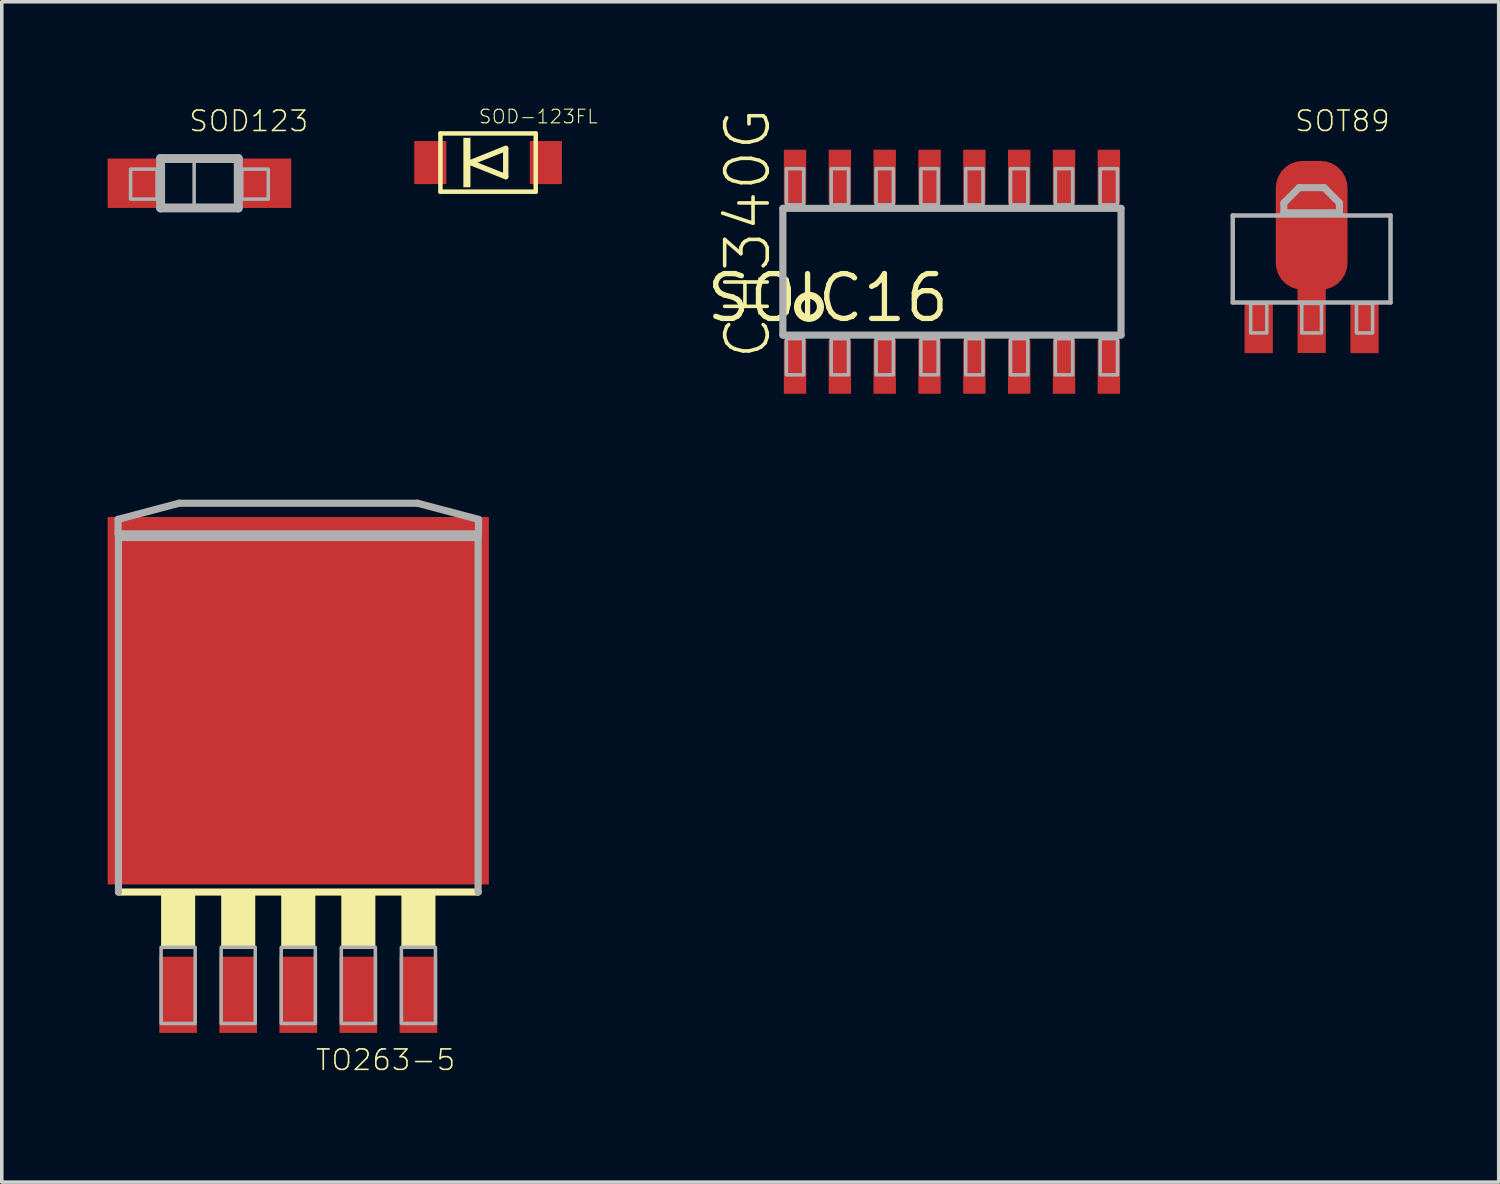
<source format=kicad_pcb>
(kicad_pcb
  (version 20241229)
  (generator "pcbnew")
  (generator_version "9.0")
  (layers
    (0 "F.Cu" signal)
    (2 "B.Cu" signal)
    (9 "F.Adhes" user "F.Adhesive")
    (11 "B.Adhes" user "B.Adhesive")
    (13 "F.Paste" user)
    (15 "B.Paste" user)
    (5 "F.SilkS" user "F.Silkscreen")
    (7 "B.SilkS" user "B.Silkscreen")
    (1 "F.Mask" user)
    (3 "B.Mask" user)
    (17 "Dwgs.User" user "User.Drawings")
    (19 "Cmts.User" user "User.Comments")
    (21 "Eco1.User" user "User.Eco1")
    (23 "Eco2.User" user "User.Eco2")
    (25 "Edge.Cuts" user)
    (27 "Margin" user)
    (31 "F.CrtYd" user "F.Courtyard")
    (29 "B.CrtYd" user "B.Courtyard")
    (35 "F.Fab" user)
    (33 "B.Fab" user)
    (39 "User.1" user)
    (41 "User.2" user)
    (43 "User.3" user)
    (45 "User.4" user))
  (footprint "TO263-5"
    (layer "F.Cu")
    (at 5.4 19.341)
    (property "Reference" "TO263-5" (at 0.457 7.976 180) (layer "F.SilkS") (effects (font (size 0.579 0.579) (thickness 0.046)) (justify left bottom)))
    (attr through_hole)
    (fp_line (start 5.094 2.88) (end -5.094 2.88) (stroke (width 0.203) (type solid)) (layer "F.SilkS"))
    (fp_poly (pts (xy -3.886 4.47) (xy -2.921 4.47) (xy -2.921 2.794) (xy -3.886 2.794)) (stroke (width 0) (type solid)) (fill yes) (layer "F.SilkS"))
    (fp_poly (pts (xy -2.184 4.47) (xy -1.219 4.47) (xy -1.219 2.794) (xy -2.184 2.794)) (stroke (width 0) (type solid)) (fill yes) (layer "F.SilkS"))
    (fp_poly (pts (xy -0.483 4.47) (xy 0.483 4.47) (xy 0.483 2.794) (xy -0.483 2.794)) (stroke (width 0) (type solid)) (fill yes) (layer "F.SilkS"))
    (fp_poly (pts (xy 1.219 4.47) (xy 2.184 4.47) (xy 2.184 2.794) (xy 1.219 2.794)) (stroke (width 0) (type solid)) (fill yes) (layer "F.SilkS"))
    (fp_poly (pts (xy 2.921 4.47) (xy 3.886 4.47) (xy 3.886 2.794) (xy 2.921 2.794)) (stroke (width 0) (type solid)) (fill yes) (layer "F.SilkS"))
    (fp_line (start -5.105 -7.678) (end -3.378 -8.135) (stroke (width 0.203) (type solid)) (layer "F.Fab"))
    (fp_line (start -5.105 -7.267) (end -5.105 -7.678) (stroke (width 0.203) (type solid)) (layer "F.Fab"))
    (fp_line (start -5.094 -7.165) (end 5.094 -7.165) (stroke (width 0.203) (type solid)) (layer "F.Fab"))
    (fp_line (start -5.094 2.88) (end -5.094 -7.165) (stroke (width 0.203) (type solid)) (layer "F.Fab"))
    (fp_line (start -3.378 -8.135) (end 3.378 -8.135) (stroke (width 0.203) (type solid)) (layer "F.Fab"))
    (fp_line (start 3.378 -8.135) (end 5.105 -7.678) (stroke (width 0.203) (type solid)) (layer "F.Fab"))
    (fp_line (start 5.094 -7.165) (end 5.094 2.88) (stroke (width 0.203) (type solid)) (layer "F.Fab"))
    (fp_line (start 5.105 -7.678) (end 5.105 -7.267) (stroke (width 0.203) (type solid)) (layer "F.Fab"))
    (fp_line (start 5.105 -7.267) (end -5.105 -7.267) (stroke (width 0.203) (type solid)) (layer "F.Fab"))
    (fp_poly (pts (xy -3.886 6.604) (xy -2.921 6.604) (xy -2.921 4.445) (xy -3.886 4.445)) (stroke (width 0.1) (type solid)) (fill no) (layer "F.Fab"))
    (fp_poly (pts (xy -2.184 6.604) (xy -1.219 6.604) (xy -1.219 4.445) (xy -2.184 4.445)) (stroke (width 0.1) (type solid)) (fill no) (layer "F.Fab"))
    (fp_poly (pts (xy -0.483 6.604) (xy 0.483 6.604) (xy 0.483 4.445) (xy -0.483 4.445)) (stroke (width 0.1) (type solid)) (fill no) (layer "F.Fab"))
    (fp_poly (pts (xy 1.219 6.604) (xy 2.184 6.604) (xy 2.184 4.445) (xy 1.219 4.445)) (stroke (width 0.1) (type solid)) (fill no) (layer "F.Fab"))
    (fp_poly (pts (xy 2.921 6.604) (xy 3.886 6.604) (xy 3.886 4.445) (xy 2.921 4.445)) (stroke (width 0.1) (type solid)) (fill no) (layer "F.Fab"))
    (fp_poly (pts (xy -5.105 -7.267) (xy -5.105 -7.678) (xy -3.378 -8.135) (xy 3.378 -8.135) (xy 5.105 -7.678) (xy 5.105 -7.267)) (stroke (width 0.1) (type solid)) (fill no) (layer "F.Fab"))
    (pad "1" smd rect (at -3.404 5.791) (size 1.067 2.159) (layers "F.Cu" "F.Mask" "F.Paste"))
    (pad "2" smd rect (at -1.702 5.791) (size 1.067 2.159) (layers "F.Cu" "F.Mask" "F.Paste"))
    (pad "3" smd rect (at 0 5.791) (size 1.067 2.159) (layers "F.Cu" "F.Mask" "F.Paste"))
    (pad "4" smd rect (at 1.702 5.791) (size 1.067 2.159) (layers "F.Cu" "F.Mask" "F.Paste"))
    (pad "5" smd rect (at 3.404 5.791) (size 1.067 2.159) (layers "F.Cu" "F.Mask" "F.Paste"))
    (pad "6" smd rect (at 0 -2.54) (size 10.8 10.41) (layers "F.Cu" "F.Mask" "F.Paste")))
  (footprint "SOD-123FL"
    (layer "F.Cu")
    (at 10.777 1.555)
    (property "Reference" "SOD-123FL" (at -0.287 -1.076 0) (layer "F.SilkS") (effects (font (size 0.386 0.386) (thickness 0.031)) (justify left bottom)))
    (attr through_hole)
    (fp_line (start -1.35 -0.825) (end 1.35 -0.825) (stroke (width 0.127) (type solid)) (layer "F.SilkS"))
    (fp_line (start -1.35 0.825) (end -1.35 -0.825) (stroke (width 0.127) (type solid)) (layer "F.SilkS"))
    (fp_line (start -0.5 0) (end 0.5 -0.4) (stroke (width 0.152) (type solid)) (layer "F.SilkS"))
    (fp_line (start 0.5 -0.4) (end 0.5 0.4) (stroke (width 0.152) (type solid)) (layer "F.SilkS"))
    (fp_line (start 0.5 0.4) (end -0.5 0) (stroke (width 0.152) (type solid)) (layer "F.SilkS"))
    (fp_line (start 1.35 -0.825) (end 1.35 0.825) (stroke (width 0.127) (type solid)) (layer "F.SilkS"))
    (fp_line (start 1.35 0.825) (end -1.35 0.825) (stroke (width 0.127) (type solid)) (layer "F.SilkS"))
    (fp_poly (pts (xy -0.7 0.7) (xy -0.5 0.7) (xy -0.5 -0.7) (xy -0.7 -0.7)) (stroke (width 0) (type solid)) (fill yes) (layer "F.SilkS"))
    (pad "A" smd rect (at 1.637 0) (size 0.91 1.22) (layers "F.Cu" "F.Mask" "F.Paste"))
    (pad "C" smd rect (at -1.637 0) (size 0.91 1.22) (layers "F.Cu" "F.Mask" "F.Paste")))
  (footprint "SOD123"
    (layer "F.Cu")
    (at 2.6 2.141)
    (property "Reference" "SOD123" (at -0.33 -1.422 0) (layer "F.SilkS") (effects (font (size 0.579 0.579) (thickness 0.046)) (justify left bottom)))
    (attr through_hole)
    (fp_line (start -1.1 -0.7) (end 1.1 -0.7) (stroke (width 0.254) (type solid)) (layer "F.Fab"))
    (fp_line (start -1.1 0.7) (end -1.1 -0.7) (stroke (width 0.254) (type solid)) (layer "F.Fab"))
    (fp_line (start 1.1 -0.7) (end 1.1 0.7) (stroke (width 0.254) (type solid)) (layer "F.Fab"))
    (fp_line (start 1.1 0.7) (end -1.1 0.7) (stroke (width 0.254) (type solid)) (layer "F.Fab"))
    (fp_poly (pts (xy -1.95 0.45) (xy -1.2 0.45) (xy -1.2 -0.4) (xy -1.95 -0.4)) (stroke (width 0.1) (type solid)) (fill no) (layer "F.Fab"))
    (fp_poly (pts (xy -1.05 0.65) (xy -0.15 0.65) (xy -0.15 -0.7) (xy -1.05 -0.7)) (stroke (width 0.1) (type solid)) (fill no) (layer "F.Fab"))
    (fp_poly (pts (xy 1.2 0.45) (xy 1.95 0.45) (xy 1.95 -0.4) (xy 1.2 -0.4)) (stroke (width 0.1) (type solid)) (fill no) (layer "F.Fab"))
    (pad "A" smd rect (at 1.9 0) (size 1.4 1.4) (layers "F.Cu" "F.Mask" "F.Paste"))
    (pad "C" smd rect (at -1.9 0) (size 1.4 1.4) (layers "F.Cu" "F.Mask" "F.Paste")))
  (footprint "SOIC16"
    (layer "F.Cu")
    (at 23.918 4.648)
    (property "Reference" "SOIC16" (at 0 0 0) (layer "F.SilkS") (effects (font (size 1.27 1.27) (thickness 0.15)) (justify right top)))
    (attr through_hole)
    (fp_circle (center -4.05 0.995) (end -3.724 0.995) (stroke (width 0.203) (type solid)) (fill no) (layer "F.SilkS"))
    (fp_line (start -4.79 -1.795) (end 4.79 -1.795) (stroke (width 0.203) (type solid)) (layer "F.Fab"))
    (fp_line (start -4.79 1.795) (end -4.79 -1.795) (stroke (width 0.203) (type solid)) (layer "F.Fab"))
    (fp_line (start 4.79 -1.795) (end 4.79 1.795) (stroke (width 0.203) (type solid)) (layer "F.Fab"))
    (fp_line (start 4.79 1.795) (end -4.79 1.795) (stroke (width 0.203) (type solid)) (layer "F.Fab"))
    (fp_poly (pts (xy -4.69 -1.895) (xy -4.2 -1.895) (xy -4.2 -2.921) (xy -4.69 -2.921)) (stroke (width 0.1) (type solid)) (fill no) (layer "F.Fab"))
    (fp_poly (pts (xy -4.69 2.921) (xy -4.2 2.921) (xy -4.2 1.895) (xy -4.69 1.895)) (stroke (width 0.1) (type solid)) (fill no) (layer "F.Fab"))
    (fp_poly (pts (xy -3.42 -1.895) (xy -2.93 -1.895) (xy -2.93 -2.921) (xy -3.42 -2.921)) (stroke (width 0.1) (type solid)) (fill no) (layer "F.Fab"))
    (fp_poly (pts (xy -3.42 2.921) (xy -2.93 2.921) (xy -2.93 1.895) (xy -3.42 1.895)) (stroke (width 0.1) (type solid)) (fill no) (layer "F.Fab"))
    (fp_poly (pts (xy -2.15 -1.895) (xy -1.66 -1.895) (xy -1.66 -2.921) (xy -2.15 -2.921)) (stroke (width 0.1) (type solid)) (fill no) (layer "F.Fab"))
    (fp_poly (pts (xy -2.15 2.921) (xy -1.66 2.921) (xy -1.66 1.895) (xy -2.15 1.895)) (stroke (width 0.1) (type solid)) (fill no) (layer "F.Fab"))
    (fp_poly (pts (xy -0.88 -1.895) (xy -0.39 -1.895) (xy -0.39 -2.921) (xy -0.88 -2.921)) (stroke (width 0.1) (type solid)) (fill no) (layer "F.Fab"))
    (fp_poly (pts (xy -0.88 2.921) (xy -0.39 2.921) (xy -0.39 1.895) (xy -0.88 1.895)) (stroke (width 0.1) (type solid)) (fill no) (layer "F.Fab"))
    (fp_poly (pts (xy 0.39 -1.895) (xy 0.88 -1.895) (xy 0.88 -2.921) (xy 0.39 -2.921)) (stroke (width 0.1) (type solid)) (fill no) (layer "F.Fab"))
    (fp_poly (pts (xy 0.39 2.921) (xy 0.88 2.921) (xy 0.88 1.895) (xy 0.39 1.895)) (stroke (width 0.1) (type solid)) (fill no) (layer "F.Fab"))
    (fp_poly (pts (xy 1.66 -1.895) (xy 2.15 -1.895) (xy 2.15 -2.921) (xy 1.66 -2.921)) (stroke (width 0.1) (type solid)) (fill no) (layer "F.Fab"))
    (fp_poly (pts (xy 1.66 2.921) (xy 2.15 2.921) (xy 2.15 1.895) (xy 1.66 1.895)) (stroke (width 0.1) (type solid)) (fill no) (layer "F.Fab"))
    (fp_poly (pts (xy 2.93 -1.895) (xy 3.42 -1.895) (xy 3.42 -2.921) (xy 2.93 -2.921)) (stroke (width 0.1) (type solid)) (fill no) (layer "F.Fab"))
    (fp_poly (pts (xy 2.93 2.921) (xy 3.42 2.921) (xy 3.42 1.895) (xy 2.93 1.895)) (stroke (width 0.1) (type solid)) (fill no) (layer "F.Fab"))
    (fp_poly (pts (xy 4.2 -1.895) (xy 4.69 -1.895) (xy 4.69 -2.921) (xy 4.2 -2.921)) (stroke (width 0.1) (type solid)) (fill no) (layer "F.Fab"))
    (fp_poly (pts (xy 4.2 2.921) (xy 4.69 2.921) (xy 4.69 1.895) (xy 4.2 1.895)) (stroke (width 0.1) (type solid)) (fill no) (layer "F.Fab"))
    (fp_text user "CH340G" (at -5.08 2.54 90) (layer "F.SilkS") (effects (font (size 1.206 1.206) (thickness 0.102)) (justify left bottom)))
    (pad "1" smd rect (at -4.445 2.695) (size 0.635 1.524) (layers "F.Cu" "F.Mask" "F.Paste"))
    (pad "2" smd rect (at -3.175 2.695) (size 0.635 1.524) (layers "F.Cu" "F.Mask" "F.Paste"))
    (pad "3" smd rect (at -1.905 2.695) (size 0.635 1.524) (layers "F.Cu" "F.Mask" "F.Paste"))
    (pad "4" smd rect (at -0.635 2.695) (size 0.635 1.524) (layers "F.Cu" "F.Mask" "F.Paste"))
    (pad "5" smd rect (at 0.635 2.695) (size 0.635 1.524) (layers "F.Cu" "F.Mask" "F.Paste"))
    (pad "6" smd rect (at 1.905 2.695) (size 0.635 1.524) (layers "F.Cu" "F.Mask" "F.Paste"))
    (pad "7" smd rect (at 3.175 2.695) (size 0.635 1.524) (layers "F.Cu" "F.Mask" "F.Paste"))
    (pad "8" smd rect (at 4.445 2.695) (size 0.635 1.524) (layers "F.Cu" "F.Mask" "F.Paste"))
    (pad "9" smd rect (at 4.445 -2.695) (size 0.635 1.524) (layers "F.Cu" "F.Mask" "F.Paste"))
    (pad "10" smd rect (at 3.175 -2.695) (size 0.635 1.524) (layers "F.Cu" "F.Mask" "F.Paste"))
    (pad "11" smd rect (at 1.905 -2.695) (size 0.635 1.524) (layers "F.Cu" "F.Mask" "F.Paste"))
    (pad "12" smd rect (at 0.635 -2.695) (size 0.635 1.524) (layers "F.Cu" "F.Mask" "F.Paste"))
    (pad "13" smd rect (at -0.635 -2.695) (size 0.635 1.524) (layers "F.Cu" "F.Mask" "F.Paste"))
    (pad "14" smd rect (at -1.905 -2.695) (size 0.635 1.524) (layers "F.Cu" "F.Mask" "F.Paste"))
    (pad "15" smd rect (at -3.175 -2.695) (size 0.635 1.524) (layers "F.Cu" "F.Mask" "F.Paste"))
    (pad "16" smd rect (at -4.445 -2.695) (size 0.635 1.524) (layers "F.Cu" "F.Mask" "F.Paste")))
  (footprint "SOT89"
    (layer "F.Cu")
    (at 34.108 4.274)
    (property "Reference" "SOT89" (at -0.508 -3.556 180) (layer "F.SilkS") (effects (font (size 0.579 0.579) (thickness 0.046)) (justify left bottom)))
    (attr through_hole)
    (fp_line (start -2.235 -1.219) (end 2.235 -1.219) (stroke (width 0.127) (type solid)) (layer "F.Fab"))
    (fp_line (start -2.235 1.245) (end -2.235 -1.219) (stroke (width 0.127) (type solid)) (layer "F.Fab"))
    (fp_line (start -0.787 -1.575) (end -0.356 -2.007) (stroke (width 0.2) (type solid)) (layer "F.Fab"))
    (fp_line (start -0.787 -1.295) (end -0.787 -1.575) (stroke (width 0.2) (type solid)) (layer "F.Fab"))
    (fp_line (start -0.356 -2.007) (end 0.356 -2.007) (stroke (width 0.2) (type solid)) (layer "F.Fab"))
    (fp_line (start 0.356 -2.007) (end 0.787 -1.575) (stroke (width 0.2) (type solid)) (layer "F.Fab"))
    (fp_line (start 0.787 -1.575) (end 0.787 -1.295) (stroke (width 0.2) (type solid)) (layer "F.Fab"))
    (fp_line (start 0.787 -1.295) (end -0.787 -1.295) (stroke (width 0.2) (type solid)) (layer "F.Fab"))
    (fp_line (start 2.235 -1.219) (end 2.235 1.245) (stroke (width 0.127) (type solid)) (layer "F.Fab"))
    (fp_line (start 2.235 1.245) (end -2.235 1.245) (stroke (width 0.127) (type solid)) (layer "F.Fab"))
    (fp_poly (pts (xy -1.727 2.108) (xy -1.27 2.108) (xy -1.27 1.27) (xy -1.727 1.27)) (stroke (width 0.1) (type solid)) (fill no) (layer "F.Fab"))
    (fp_poly (pts (xy -0.279 2.108) (xy 0.279 2.108) (xy 0.279 1.27) (xy -0.279 1.27)) (stroke (width 0.1) (type solid)) (fill no) (layer "F.Fab"))
    (fp_poly (pts (xy 1.27 2.108) (xy 1.727 2.108) (xy 1.727 1.27) (xy 1.27 1.27)) (stroke (width 0.1) (type solid)) (fill no) (layer "F.Fab"))
    (fp_poly (pts (xy -0.787 -1.321) (xy -0.787 -1.575) (xy -0.356 -2.007) (xy 0.305 -2.007) (xy 0.356 -2.007) (xy 0.787 -1.575) (xy 0.787 -1.295) (xy -0.787 -1.295)) (stroke (width 0.1) (type solid)) (fill no) (layer "F.Fab"))
    (pad "1" smd rect (at -1.499 1.981) (size 0.8 1.4) (layers "F.Cu" "F.Mask" "F.Paste"))
    (pad "2" smd rect (at 0 1.727) (size 0.8 1.9) (layers "F.Cu" "F.Mask" "F.Paste"))
    (pad "2@1" smd roundrect (at 0 -0.94) (size 2.032 3.65) (layers "F.Cu" "F.Mask" "F.Paste") (roundrect_rratio 0.375))
    (pad "3" smd rect (at 1.499 1.981) (size 0.8 1.4) (layers "F.Cu" "F.Mask" "F.Paste")))
  (gr_rect
    (start -3 -3)
    (end 39.407 30.439)
    (stroke (width 0.1) (type default))
    (fill no)
    (layer "Edge.Cuts")))
</source>
